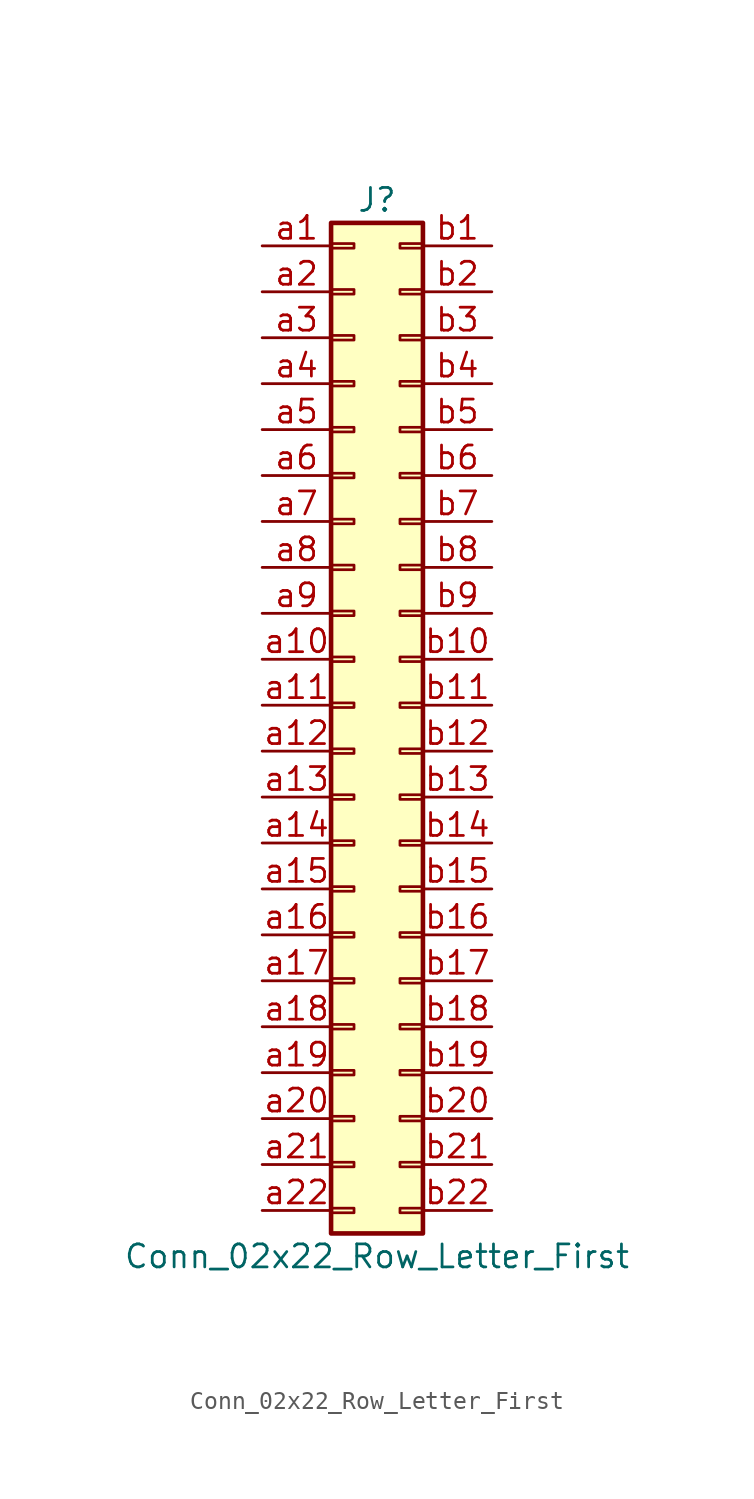
<source format=kicad_sym>
(kicad_symbol_lib
  (version 20201005)
  (generator kicad_symbol_editor)
  (symbol "Conn_02x22_Row_Letter_First"
    (pin_names
      (offset 1.016) hide)
    (property "Reference" "J"
      (at 1.27 27.94 0)
      (effects (font (size 1.27 1.27))))
    (property "Value" "Conn_02x22_Row_Letter_First"
      (at 1.27 -30.48 0)
      (effects (font (size 1.27 1.27))))
    (symbol "Conn_02x22_Row_Letter_First_1_1"
      (rectangle (start -1.27 -27.813) (end 0 -28.067) (stroke (width 0.152)) (fill (type none)))
      (rectangle (start -1.27 -25.273) (end 0 -25.527) (stroke (width 0.152)) (fill (type none)))
      (rectangle (start -1.27 -22.733) (end 0 -22.987) (stroke (width 0.152)) (fill (type none)))
      (rectangle (start -1.27 -20.193) (end 0 -20.447) (stroke (width 0.152)) (fill (type none)))
      (rectangle (start -1.27 -17.653) (end 0 -17.907) (stroke (width 0.152)) (fill (type none)))
      (rectangle (start -1.27 -15.113) (end 0 -15.367) (stroke (width 0.152)) (fill (type none)))
      (rectangle (start -1.27 -12.573) (end 0 -12.827) (stroke (width 0.152)) (fill (type none)))
      (rectangle (start -1.27 -10.033) (end 0 -10.287) (stroke (width 0.152)) (fill (type none)))
      (rectangle (start -1.27 -7.493) (end 0 -7.747) (stroke (width 0.152)) (fill (type none)))
      (rectangle (start -1.27 -4.953) (end 0 -5.207) (stroke (width 0.152)) (fill (type none)))
      (rectangle (start -1.27 -2.413) (end 0 -2.667) (stroke (width 0.152)) (fill (type none)))
      (rectangle (start -1.27 0.127) (end 0 -0.127) (stroke (width 0.152)) (fill (type none)))
      (rectangle (start -1.27 2.667) (end 0 2.413) (stroke (width 0.152)) (fill (type none)))
      (rectangle (start -1.27 5.207) (end 0 4.953) (stroke (width 0.152)) (fill (type none)))
      (rectangle (start -1.27 7.747) (end 0 7.493) (stroke (width 0.152)) (fill (type none)))
      (rectangle (start -1.27 10.287) (end 0 10.033) (stroke (width 0.152)) (fill (type none)))
      (rectangle (start -1.27 12.827) (end 0 12.573) (stroke (width 0.152)) (fill (type none)))
      (rectangle (start -1.27 15.367) (end 0 15.113) (stroke (width 0.152)) (fill (type none)))
      (rectangle (start -1.27 17.907) (end 0 17.653) (stroke (width 0.152)) (fill (type none)))
      (rectangle (start -1.27 20.447) (end 0 20.193) (stroke (width 0.152)) (fill (type none)))
      (rectangle (start -1.27 22.987) (end 0 22.733) (stroke (width 0.152)) (fill (type none)))
      (rectangle (start -1.27 25.527) (end 0 25.273) (stroke (width 0.152)) (fill (type none)))
      (rectangle (start 3.81 -27.813) (end 2.54 -28.067) (stroke (width 0.152)) (fill (type none)))
      (rectangle (start 3.81 -25.273) (end 2.54 -25.527) (stroke (width 0.152)) (fill (type none)))
      (rectangle (start 3.81 -22.733) (end 2.54 -22.987) (stroke (width 0.152)) (fill (type none)))
      (rectangle (start 3.81 -20.193) (end 2.54 -20.447) (stroke (width 0.152)) (fill (type none)))
      (rectangle (start 3.81 -17.653) (end 2.54 -17.907) (stroke (width 0.152)) (fill (type none)))
      (rectangle (start 3.81 -15.113) (end 2.54 -15.367) (stroke (width 0.152)) (fill (type none)))
      (rectangle (start 3.81 -12.573) (end 2.54 -12.827) (stroke (width 0.152)) (fill (type none)))
      (rectangle (start 3.81 -10.033) (end 2.54 -10.287) (stroke (width 0.152)) (fill (type none)))
      (rectangle (start 3.81 -7.493) (end 2.54 -7.747) (stroke (width 0.152)) (fill (type none)))
      (rectangle (start 3.81 -4.953) (end 2.54 -5.207) (stroke (width 0.152)) (fill (type none)))
      (rectangle (start 3.81 -2.413) (end 2.54 -2.667) (stroke (width 0.152)) (fill (type none)))
      (rectangle (start 3.81 0.127) (end 2.54 -0.127) (stroke (width 0.152)) (fill (type none)))
      (rectangle (start 3.81 2.667) (end 2.54 2.413) (stroke (width 0.152)) (fill (type none)))
      (rectangle (start 3.81 5.207) (end 2.54 4.953) (stroke (width 0.152)) (fill (type none)))
      (rectangle (start 3.81 7.747) (end 2.54 7.493) (stroke (width 0.152)) (fill (type none)))
      (rectangle (start 3.81 10.287) (end 2.54 10.033) (stroke (width 0.152)) (fill (type none)))
      (rectangle (start 3.81 12.827) (end 2.54 12.573) (stroke (width 0.152)) (fill (type none)))
      (rectangle (start 3.81 15.367) (end 2.54 15.113) (stroke (width 0.152)) (fill (type none)))
      (rectangle (start 3.81 17.907) (end 2.54 17.653) (stroke (width 0.152)) (fill (type none)))
      (rectangle (start 3.81 20.447) (end 2.54 20.193) (stroke (width 0.152)) (fill (type none)))
      (rectangle (start 3.81 22.987) (end 2.54 22.733) (stroke (width 0.152)) (fill (type none)))
      (rectangle (start 3.81 25.527) (end 2.54 25.273) (stroke (width 0.152)) (fill (type none)))
      (rectangle (start -1.27 26.67) (end 3.81 -29.21) (stroke (width 0.254)) (fill (type background)))
      (pin passive line (at -5.08 25.4 0) (length 3.81) (name "Pin_a1" (effects (font (size 1.27 1.27)))) (number "a1" (effects (font (size 1.27 1.27)))))
      (pin passive line (at -5.08 2.54 0) (length 3.81) (name "Pin_a10" (effects (font (size 1.27 1.27)))) (number "a10" (effects (font (size 1.27 1.27)))))
      (pin passive line (at -5.08 0 0) (length 3.81) (name "Pin_a11" (effects (font (size 1.27 1.27)))) (number "a11" (effects (font (size 1.27 1.27)))))
      (pin passive line (at -5.08 -2.54 0) (length 3.81) (name "Pin_a12" (effects (font (size 1.27 1.27)))) (number "a12" (effects (font (size 1.27 1.27)))))
      (pin passive line (at -5.08 -5.08 0) (length 3.81) (name "Pin_a13" (effects (font (size 1.27 1.27)))) (number "a13" (effects (font (size 1.27 1.27)))))
      (pin passive line (at -5.08 -7.62 0) (length 3.81) (name "Pin_a14" (effects (font (size 1.27 1.27)))) (number "a14" (effects (font (size 1.27 1.27)))))
      (pin passive line (at -5.08 -10.16 0) (length 3.81) (name "Pin_a15" (effects (font (size 1.27 1.27)))) (number "a15" (effects (font (size 1.27 1.27)))))
      (pin passive line (at -5.08 -12.7 0) (length 3.81) (name "Pin_a16" (effects (font (size 1.27 1.27)))) (number "a16" (effects (font (size 1.27 1.27)))))
      (pin passive line (at -5.08 -15.24 0) (length 3.81) (name "Pin_a17" (effects (font (size 1.27 1.27)))) (number "a17" (effects (font (size 1.27 1.27)))))
      (pin passive line (at -5.08 -17.78 0) (length 3.81) (name "Pin_a18" (effects (font (size 1.27 1.27)))) (number "a18" (effects (font (size 1.27 1.27)))))
      (pin passive line (at -5.08 -20.32 0) (length 3.81) (name "Pin_a19" (effects (font (size 1.27 1.27)))) (number "a19" (effects (font (size 1.27 1.27)))))
      (pin passive line (at -5.08 22.86 0) (length 3.81) (name "Pin_a2" (effects (font (size 1.27 1.27)))) (number "a2" (effects (font (size 1.27 1.27)))))
      (pin passive line (at -5.08 -22.86 0) (length 3.81) (name "Pin_a20" (effects (font (size 1.27 1.27)))) (number "a20" (effects (font (size 1.27 1.27)))))
      (pin passive line (at -5.08 -25.4 0) (length 3.81) (name "Pin_a21" (effects (font (size 1.27 1.27)))) (number "a21" (effects (font (size 1.27 1.27)))))
      (pin passive line (at -5.08 -27.94 0) (length 3.81) (name "Pin_a22" (effects (font (size 1.27 1.27)))) (number "a22" (effects (font (size 1.27 1.27)))))
      (pin passive line (at -5.08 20.32 0) (length 3.81) (name "Pin_a3" (effects (font (size 1.27 1.27)))) (number "a3" (effects (font (size 1.27 1.27)))))
      (pin passive line (at -5.08 17.78 0) (length 3.81) (name "Pin_a4" (effects (font (size 1.27 1.27)))) (number "a4" (effects (font (size 1.27 1.27)))))
      (pin passive line (at -5.08 15.24 0) (length 3.81) (name "Pin_a5" (effects (font (size 1.27 1.27)))) (number "a5" (effects (font (size 1.27 1.27)))))
      (pin passive line (at -5.08 12.7 0) (length 3.81) (name "Pin_a6" (effects (font (size 1.27 1.27)))) (number "a6" (effects (font (size 1.27 1.27)))))
      (pin passive line (at -5.08 10.16 0) (length 3.81) (name "Pin_a7" (effects (font (size 1.27 1.27)))) (number "a7" (effects (font (size 1.27 1.27)))))
      (pin passive line (at -5.08 7.62 0) (length 3.81) (name "Pin_a8" (effects (font (size 1.27 1.27)))) (number "a8" (effects (font (size 1.27 1.27)))))
      (pin passive line (at -5.08 5.08 0) (length 3.81) (name "Pin_a9" (effects (font (size 1.27 1.27)))) (number "a9" (effects (font (size 1.27 1.27)))))
      (pin passive line (at 7.62 25.4 180) (length 3.81) (name "Pin_b1" (effects (font (size 1.27 1.27)))) (number "b1" (effects (font (size 1.27 1.27)))))
      (pin passive line (at 7.62 2.54 180) (length 3.81) (name "Pin_b10" (effects (font (size 1.27 1.27)))) (number "b10" (effects (font (size 1.27 1.27)))))
      (pin passive line (at 7.62 0 180) (length 3.81) (name "Pin_b11" (effects (font (size 1.27 1.27)))) (number "b11" (effects (font (size 1.27 1.27)))))
      (pin passive line (at 7.62 -2.54 180) (length 3.81) (name "Pin_b12" (effects (font (size 1.27 1.27)))) (number "b12" (effects (font (size 1.27 1.27)))))
      (pin passive line (at 7.62 -5.08 180) (length 3.81) (name "Pin_b13" (effects (font (size 1.27 1.27)))) (number "b13" (effects (font (size 1.27 1.27)))))
      (pin passive line (at 7.62 -7.62 180) (length 3.81) (name "Pin_b14" (effects (font (size 1.27 1.27)))) (number "b14" (effects (font (size 1.27 1.27)))))
      (pin passive line (at 7.62 -10.16 180) (length 3.81) (name "Pin_b15" (effects (font (size 1.27 1.27)))) (number "b15" (effects (font (size 1.27 1.27)))))
      (pin passive line (at 7.62 -12.7 180) (length 3.81) (name "Pin_b16" (effects (font (size 1.27 1.27)))) (number "b16" (effects (font (size 1.27 1.27)))))
      (pin passive line (at 7.62 -15.24 180) (length 3.81) (name "Pin_b17" (effects (font (size 1.27 1.27)))) (number "b17" (effects (font (size 1.27 1.27)))))
      (pin passive line (at 7.62 -17.78 180) (length 3.81) (name "Pin_b18" (effects (font (size 1.27 1.27)))) (number "b18" (effects (font (size 1.27 1.27)))))
      (pin passive line (at 7.62 -20.32 180) (length 3.81) (name "Pin_b19" (effects (font (size 1.27 1.27)))) (number "b19" (effects (font (size 1.27 1.27)))))
      (pin passive line (at 7.62 22.86 180) (length 3.81) (name "Pin_b2" (effects (font (size 1.27 1.27)))) (number "b2" (effects (font (size 1.27 1.27)))))
      (pin passive line (at 7.62 -22.86 180) (length 3.81) (name "Pin_b20" (effects (font (size 1.27 1.27)))) (number "b20" (effects (font (size 1.27 1.27)))))
      (pin passive line (at 7.62 -25.4 180) (length 3.81) (name "Pin_b21" (effects (font (size 1.27 1.27)))) (number "b21" (effects (font (size 1.27 1.27)))))
      (pin passive line (at 7.62 -27.94 180) (length 3.81) (name "Pin_b22" (effects (font (size 1.27 1.27)))) (number "b22" (effects (font (size 1.27 1.27)))))
      (pin passive line (at 7.62 20.32 180) (length 3.81) (name "Pin_b3" (effects (font (size 1.27 1.27)))) (number "b3" (effects (font (size 1.27 1.27)))))
      (pin passive line (at 7.62 17.78 180) (length 3.81) (name "Pin_b4" (effects (font (size 1.27 1.27)))) (number "b4" (effects (font (size 1.27 1.27)))))
      (pin passive line (at 7.62 15.24 180) (length 3.81) (name "Pin_b5" (effects (font (size 1.27 1.27)))) (number "b5" (effects (font (size 1.27 1.27)))))
      (pin passive line (at 7.62 12.7 180) (length 3.81) (name "Pin_b6" (effects (font (size 1.27 1.27)))) (number "b6" (effects (font (size 1.27 1.27)))))
      (pin passive line (at 7.62 10.16 180) (length 3.81) (name "Pin_b7" (effects (font (size 1.27 1.27)))) (number "b7" (effects (font (size 1.27 1.27)))))
      (pin passive line (at 7.62 7.62 180) (length 3.81) (name "Pin_b8" (effects (font (size 1.27 1.27)))) (number "b8" (effects (font (size 1.27 1.27)))))
      (pin passive line (at 7.62 5.08 180) (length 3.81) (name "Pin_b9" (effects (font (size 1.27 1.27)))) (number "b9" (effects (font (size 1.27 1.27))))))))
</source>
